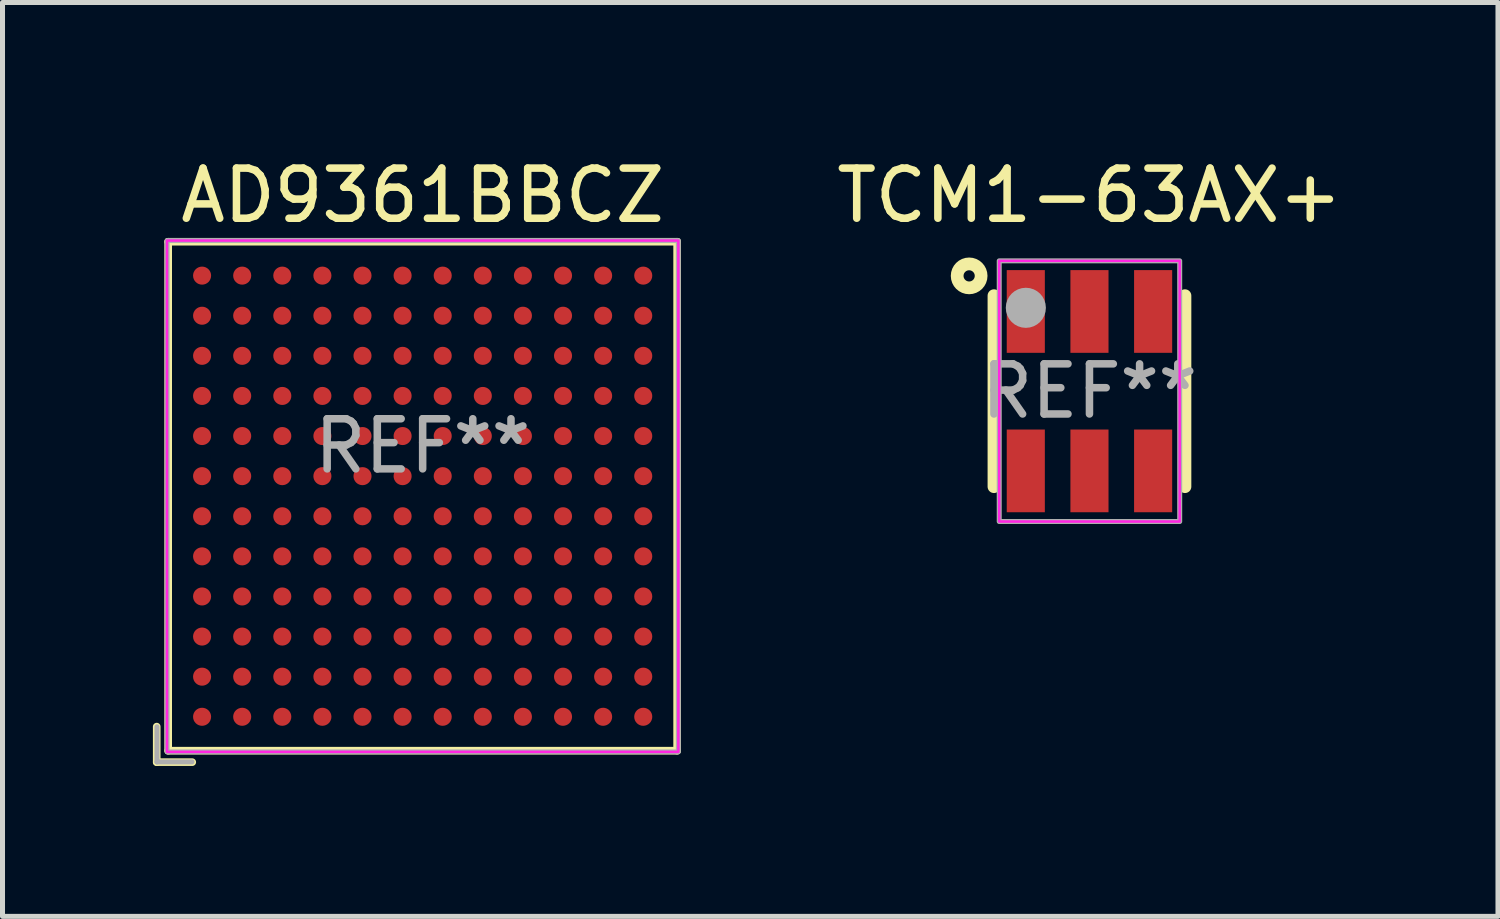
<source format=kicad_pcb>
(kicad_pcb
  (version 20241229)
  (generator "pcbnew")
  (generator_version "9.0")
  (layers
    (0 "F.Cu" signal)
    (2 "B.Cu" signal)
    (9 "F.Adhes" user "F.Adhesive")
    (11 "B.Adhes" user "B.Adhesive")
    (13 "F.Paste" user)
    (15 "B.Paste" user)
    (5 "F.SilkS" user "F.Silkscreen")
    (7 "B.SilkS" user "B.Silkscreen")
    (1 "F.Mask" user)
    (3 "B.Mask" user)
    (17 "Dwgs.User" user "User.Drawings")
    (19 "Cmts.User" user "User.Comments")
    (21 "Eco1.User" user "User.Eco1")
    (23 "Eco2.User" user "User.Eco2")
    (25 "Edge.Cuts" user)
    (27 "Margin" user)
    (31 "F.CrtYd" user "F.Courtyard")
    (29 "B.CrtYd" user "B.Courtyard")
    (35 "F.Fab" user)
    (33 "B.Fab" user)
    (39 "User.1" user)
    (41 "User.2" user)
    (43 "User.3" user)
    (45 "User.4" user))
  (footprint "AD9361BBCZ"
    (layer "F.Cu")
    (at 5.381 6.848)
    (property "Reference" "AD9361BBCZ" (at 0 -6 0) (layer "F.SilkS") (effects (font (size 1 1) (thickness 0.15))))
    (attr smd)
    (fp_line (start -5.305 4.596) (end -5.305 5.305) (stroke (width 0.152) (type solid)) (layer "F.SilkS"))
    (fp_line (start -5.305 5.305) (end -4.596 5.305) (stroke (width 0.152) (type solid)) (layer "F.SilkS"))
    (fp_line (start -5.076 -5.076) (end 5.076 -5.076) (stroke (width 0.152) (type solid)) (layer "F.SilkS"))
    (fp_line (start -5.076 5.076) (end -5.076 -5.076) (stroke (width 0.152) (type solid)) (layer "F.SilkS"))
    (fp_line (start 5.076 -5.076) (end 5.076 5.076) (stroke (width 0.152) (type solid)) (layer "F.SilkS"))
    (fp_line (start 5.076 5.076) (end -5.076 5.076) (stroke (width 0.152) (type solid)) (layer "F.SilkS"))
    (fp_rect (start -5.1 -5.1) (end 5.1 5.1) (stroke (width 0.05) (type default)) (fill no) (layer "F.CrtYd"))
    (fp_line (start -5.3 4.6) (end -5.3 5.3) (stroke (width 0.1) (type default)) (layer "F.Fab"))
    (fp_line (start -4.6 5.3) (end -5.3 5.3) (stroke (width 0.1) (type default)) (layer "F.Fab"))
    (fp_rect (start -5.098 -5.1) (end 5.1 5.1) (stroke (width 0.1) (type default)) (fill no) (layer "F.Fab"))
    (fp_text user "REF**" (at 0 -1 0) (layer "F.Fab") (effects (font (size 1 1) (thickness 0.15))))
    (pad "A1" smd circle (at -4.4 4.4) (size 0.36 0.36) (layers "F.Cu" "F.Mask" "F.Paste"))
    (pad "A2" smd circle (at -4.4 3.6) (size 0.36 0.36) (layers "F.Cu" "F.Mask" "F.Paste"))
    (pad "A3" smd circle (at -4.4 2.8) (size 0.36 0.36) (layers "F.Cu" "F.Mask" "F.Paste"))
    (pad "A4" smd circle (at -4.4 2) (size 0.36 0.36) (layers "F.Cu" "F.Mask" "F.Paste"))
    (pad "A5" smd circle (at -4.4 1.2) (size 0.36 0.36) (layers "F.Cu" "F.Mask" "F.Paste"))
    (pad "A6" smd circle (at -4.4 0.4) (size 0.36 0.36) (layers "F.Cu" "F.Mask" "F.Paste"))
    (pad "A7" smd circle (at -4.4 -0.4) (size 0.36 0.36) (layers "F.Cu" "F.Mask" "F.Paste"))
    (pad "A8" smd circle (at -4.4 -1.2) (size 0.36 0.36) (layers "F.Cu" "F.Mask" "F.Paste"))
    (pad "A9" smd circle (at -4.4 -2) (size 0.36 0.36) (layers "F.Cu" "F.Mask" "F.Paste"))
    (pad "A10" smd circle (at -4.4 -2.8) (size 0.36 0.36) (layers "F.Cu" "F.Mask" "F.Paste"))
    (pad "A11" smd circle (at -4.4 -3.6) (size 0.36 0.36) (layers "F.Cu" "F.Mask" "F.Paste"))
    (pad "A12" smd circle (at -4.4 -4.4) (size 0.36 0.36) (layers "F.Cu" "F.Mask" "F.Paste"))
    (pad "B1" smd circle (at -3.6 4.4) (size 0.36 0.36) (layers "F.Cu" "F.Mask" "F.Paste"))
    (pad "B2" smd circle (at -3.6 3.6) (size 0.36 0.36) (layers "F.Cu" "F.Mask" "F.Paste"))
    (pad "B3" smd circle (at -3.6 2.8) (size 0.36 0.36) (layers "F.Cu" "F.Mask" "F.Paste"))
    (pad "B4" smd circle (at -3.6 2) (size 0.36 0.36) (layers "F.Cu" "F.Mask" "F.Paste"))
    (pad "B5" smd circle (at -3.6 1.2) (size 0.36 0.36) (layers "F.Cu" "F.Mask" "F.Paste"))
    (pad "B6" smd circle (at -3.6 0.4) (size 0.36 0.36) (layers "F.Cu" "F.Mask" "F.Paste"))
    (pad "B7" smd circle (at -3.6 -0.4) (size 0.36 0.36) (layers "F.Cu" "F.Mask" "F.Paste"))
    (pad "B8" smd circle (at -3.6 -1.2) (size 0.36 0.36) (layers "F.Cu" "F.Mask" "F.Paste"))
    (pad "B9" smd circle (at -3.6 -2) (size 0.36 0.36) (layers "F.Cu" "F.Mask" "F.Paste"))
    (pad "B10" smd circle (at -3.6 -2.8) (size 0.36 0.36) (layers "F.Cu" "F.Mask" "F.Paste"))
    (pad "B11" smd circle (at -3.6 -3.6) (size 0.36 0.36) (layers "F.Cu" "F.Mask" "F.Paste"))
    (pad "B12" smd circle (at -3.6 -4.4) (size 0.36 0.36) (layers "F.Cu" "F.Mask" "F.Paste"))
    (pad "C1" smd circle (at -2.8 4.4) (size 0.36 0.36) (layers "F.Cu" "F.Mask" "F.Paste"))
    (pad "C2" smd circle (at -2.8 3.6) (size 0.36 0.36) (layers "F.Cu" "F.Mask" "F.Paste"))
    (pad "C3" smd circle (at -2.8 2.8) (size 0.36 0.36) (layers "F.Cu" "F.Mask" "F.Paste"))
    (pad "C4" smd circle (at -2.8 2) (size 0.36 0.36) (layers "F.Cu" "F.Mask" "F.Paste"))
    (pad "C5" smd circle (at -2.8 1.2) (size 0.36 0.36) (layers "F.Cu" "F.Mask" "F.Paste"))
    (pad "C6" smd circle (at -2.8 0.4) (size 0.36 0.36) (layers "F.Cu" "F.Mask" "F.Paste"))
    (pad "C7" smd circle (at -2.8 -0.4) (size 0.36 0.36) (layers "F.Cu" "F.Mask" "F.Paste"))
    (pad "C8" smd circle (at -2.8 -1.2) (size 0.36 0.36) (layers "F.Cu" "F.Mask" "F.Paste"))
    (pad "C9" smd circle (at -2.8 -2) (size 0.36 0.36) (layers "F.Cu" "F.Mask" "F.Paste"))
    (pad "C10" smd circle (at -2.8 -2.8) (size 0.36 0.36) (layers "F.Cu" "F.Mask" "F.Paste"))
    (pad "C11" smd circle (at -2.8 -3.6) (size 0.36 0.36) (layers "F.Cu" "F.Mask" "F.Paste"))
    (pad "C12" smd circle (at -2.8 -4.4) (size 0.36 0.36) (layers "F.Cu" "F.Mask" "F.Paste"))
    (pad "D1" smd circle (at -2 4.4) (size 0.36 0.36) (layers "F.Cu" "F.Mask" "F.Paste"))
    (pad "D2" smd circle (at -2 3.6) (size 0.36 0.36) (layers "F.Cu" "F.Mask" "F.Paste"))
    (pad "D3" smd circle (at -2 2.8) (size 0.36 0.36) (layers "F.Cu" "F.Mask" "F.Paste"))
    (pad "D4" smd circle (at -2 2) (size 0.36 0.36) (layers "F.Cu" "F.Mask" "F.Paste"))
    (pad "D5" smd circle (at -2 1.2) (size 0.36 0.36) (layers "F.Cu" "F.Mask" "F.Paste"))
    (pad "D6" smd circle (at -2 0.4) (size 0.36 0.36) (layers "F.Cu" "F.Mask" "F.Paste"))
    (pad "D7" smd circle (at -2 -0.4) (size 0.36 0.36) (layers "F.Cu" "F.Mask" "F.Paste"))
    (pad "D8" smd circle (at -2 -1.2) (size 0.36 0.36) (layers "F.Cu" "F.Mask" "F.Paste"))
    (pad "D9" smd circle (at -2 -2) (size 0.36 0.36) (layers "F.Cu" "F.Mask" "F.Paste"))
    (pad "D10" smd circle (at -2 -2.8) (size 0.36 0.36) (layers "F.Cu" "F.Mask" "F.Paste"))
    (pad "D11" smd circle (at -2 -3.6) (size 0.36 0.36) (layers "F.Cu" "F.Mask" "F.Paste"))
    (pad "D12" smd circle (at -2 -4.4) (size 0.36 0.36) (layers "F.Cu" "F.Mask" "F.Paste"))
    (pad "E1" smd circle (at -1.2 4.4) (size 0.36 0.36) (layers "F.Cu" "F.Mask" "F.Paste"))
    (pad "E2" smd circle (at -1.2 3.6) (size 0.36 0.36) (layers "F.Cu" "F.Mask" "F.Paste"))
    (pad "E3" smd circle (at -1.2 2.8) (size 0.36 0.36) (layers "F.Cu" "F.Mask" "F.Paste"))
    (pad "E4" smd circle (at -1.2 2) (size 0.36 0.36) (layers "F.Cu" "F.Mask" "F.Paste"))
    (pad "E5" smd circle (at -1.2 1.2) (size 0.36 0.36) (layers "F.Cu" "F.Mask" "F.Paste"))
    (pad "E6" smd circle (at -1.2 0.4) (size 0.36 0.36) (layers "F.Cu" "F.Mask" "F.Paste"))
    (pad "E7" smd circle (at -1.2 -0.4) (size 0.36 0.36) (layers "F.Cu" "F.Mask" "F.Paste"))
    (pad "E8" smd circle (at -1.2 -1.2) (size 0.36 0.36) (layers "F.Cu" "F.Mask" "F.Paste"))
    (pad "E9" smd circle (at -1.2 -2) (size 0.36 0.36) (layers "F.Cu" "F.Mask" "F.Paste"))
    (pad "E10" smd circle (at -1.2 -2.8) (size 0.36 0.36) (layers "F.Cu" "F.Mask" "F.Paste"))
    (pad "E11" smd circle (at -1.2 -3.6) (size 0.36 0.36) (layers "F.Cu" "F.Mask" "F.Paste"))
    (pad "E12" smd circle (at -1.2 -4.4) (size 0.36 0.36) (layers "F.Cu" "F.Mask" "F.Paste"))
    (pad "F1" smd circle (at -0.4 4.4) (size 0.36 0.36) (layers "F.Cu" "F.Mask" "F.Paste"))
    (pad "F2" smd circle (at -0.4 3.6) (size 0.36 0.36) (layers "F.Cu" "F.Mask" "F.Paste"))
    (pad "F3" smd circle (at -0.4 2.8) (size 0.36 0.36) (layers "F.Cu" "F.Mask" "F.Paste"))
    (pad "F4" smd circle (at -0.4 2) (size 0.36 0.36) (layers "F.Cu" "F.Mask" "F.Paste"))
    (pad "F5" smd circle (at -0.4 1.2) (size 0.36 0.36) (layers "F.Cu" "F.Mask" "F.Paste"))
    (pad "F6" smd circle (at -0.4 0.4) (size 0.36 0.36) (layers "F.Cu" "F.Mask" "F.Paste"))
    (pad "F7" smd circle (at -0.4 -0.4) (size 0.36 0.36) (layers "F.Cu" "F.Mask" "F.Paste"))
    (pad "F8" smd circle (at -0.4 -1.2) (size 0.36 0.36) (layers "F.Cu" "F.Mask" "F.Paste"))
    (pad "F9" smd circle (at -0.4 -2) (size 0.36 0.36) (layers "F.Cu" "F.Mask" "F.Paste"))
    (pad "F10" smd circle (at -0.4 -2.8) (size 0.36 0.36) (layers "F.Cu" "F.Mask" "F.Paste"))
    (pad "F11" smd circle (at -0.4 -3.6) (size 0.36 0.36) (layers "F.Cu" "F.Mask" "F.Paste"))
    (pad "F12" smd circle (at -0.4 -4.4) (size 0.36 0.36) (layers "F.Cu" "F.Mask" "F.Paste"))
    (pad "G1" smd circle (at 0.4 4.4) (size 0.36 0.36) (layers "F.Cu" "F.Mask" "F.Paste"))
    (pad "G2" smd circle (at 0.4 3.6) (size 0.36 0.36) (layers "F.Cu" "F.Mask" "F.Paste"))
    (pad "G3" smd circle (at 0.4 2.8) (size 0.36 0.36) (layers "F.Cu" "F.Mask" "F.Paste"))
    (pad "G4" smd circle (at 0.4 2) (size 0.36 0.36) (layers "F.Cu" "F.Mask" "F.Paste"))
    (pad "G5" smd circle (at 0.4 1.2) (size 0.36 0.36) (layers "F.Cu" "F.Mask" "F.Paste"))
    (pad "G6" smd circle (at 0.4 0.4) (size 0.36 0.36) (layers "F.Cu" "F.Mask" "F.Paste"))
    (pad "G7" smd circle (at 0.4 -0.4) (size 0.36 0.36) (layers "F.Cu" "F.Mask" "F.Paste"))
    (pad "G8" smd circle (at 0.4 -1.2) (size 0.36 0.36) (layers "F.Cu" "F.Mask" "F.Paste"))
    (pad "G9" smd circle (at 0.4 -2) (size 0.36 0.36) (layers "F.Cu" "F.Mask" "F.Paste"))
    (pad "G10" smd circle (at 0.4 -2.8) (size 0.36 0.36) (layers "F.Cu" "F.Mask" "F.Paste"))
    (pad "G11" smd circle (at 0.4 -3.6) (size 0.36 0.36) (layers "F.Cu" "F.Mask" "F.Paste"))
    (pad "G12" smd circle (at 0.4 -4.4) (size 0.36 0.36) (layers "F.Cu" "F.Mask" "F.Paste"))
    (pad "H1" smd circle (at 1.2 4.4) (size 0.36 0.36) (layers "F.Cu" "F.Mask" "F.Paste"))
    (pad "H2" smd circle (at 1.2 3.6) (size 0.36 0.36) (layers "F.Cu" "F.Mask" "F.Paste"))
    (pad "H3" smd circle (at 1.2 2.8) (size 0.36 0.36) (layers "F.Cu" "F.Mask" "F.Paste"))
    (pad "H4" smd circle (at 1.2 2) (size 0.36 0.36) (layers "F.Cu" "F.Mask" "F.Paste"))
    (pad "H5" smd circle (at 1.2 1.2) (size 0.36 0.36) (layers "F.Cu" "F.Mask" "F.Paste"))
    (pad "H6" smd circle (at 1.2 0.4) (size 0.36 0.36) (layers "F.Cu" "F.Mask" "F.Paste"))
    (pad "H7" smd circle (at 1.2 -0.4) (size 0.36 0.36) (layers "F.Cu" "F.Mask" "F.Paste"))
    (pad "H8" smd circle (at 1.2 -1.2) (size 0.36 0.36) (layers "F.Cu" "F.Mask" "F.Paste"))
    (pad "H9" smd circle (at 1.2 -2) (size 0.36 0.36) (layers "F.Cu" "F.Mask" "F.Paste"))
    (pad "H10" smd circle (at 1.2 -2.8) (size 0.36 0.36) (layers "F.Cu" "F.Mask" "F.Paste"))
    (pad "H11" smd circle (at 1.2 -3.6) (size 0.36 0.36) (layers "F.Cu" "F.Mask" "F.Paste"))
    (pad "H12" smd circle (at 1.2 -4.4) (size 0.36 0.36) (layers "F.Cu" "F.Mask" "F.Paste"))
    (pad "J1" smd circle (at 2 4.4) (size 0.36 0.36) (layers "F.Cu" "F.Mask" "F.Paste"))
    (pad "J2" smd circle (at 2 3.6) (size 0.36 0.36) (layers "F.Cu" "F.Mask" "F.Paste"))
    (pad "J3" smd circle (at 2 2.8) (size 0.36 0.36) (layers "F.Cu" "F.Mask" "F.Paste"))
    (pad "J4" smd circle (at 2 2) (size 0.36 0.36) (layers "F.Cu" "F.Mask" "F.Paste"))
    (pad "J5" smd circle (at 2 1.2) (size 0.36 0.36) (layers "F.Cu" "F.Mask" "F.Paste"))
    (pad "J6" smd circle (at 2 0.4) (size 0.36 0.36) (layers "F.Cu" "F.Mask" "F.Paste"))
    (pad "J7" smd circle (at 2 -0.4) (size 0.36 0.36) (layers "F.Cu" "F.Mask" "F.Paste"))
    (pad "J8" smd circle (at 2 -1.2) (size 0.36 0.36) (layers "F.Cu" "F.Mask" "F.Paste"))
    (pad "J9" smd circle (at 2 -2) (size 0.36 0.36) (layers "F.Cu" "F.Mask" "F.Paste"))
    (pad "J10" smd circle (at 2 -2.8) (size 0.36 0.36) (layers "F.Cu" "F.Mask" "F.Paste"))
    (pad "J11" smd circle (at 2 -3.6) (size 0.36 0.36) (layers "F.Cu" "F.Mask" "F.Paste"))
    (pad "J12" smd circle (at 2 -4.4) (size 0.36 0.36) (layers "F.Cu" "F.Mask" "F.Paste"))
    (pad "K1" smd circle (at 2.8 4.4) (size 0.36 0.36) (layers "F.Cu" "F.Mask" "F.Paste"))
    (pad "K2" smd circle (at 2.8 3.6) (size 0.36 0.36) (layers "F.Cu" "F.Mask" "F.Paste"))
    (pad "K3" smd circle (at 2.8 2.8) (size 0.36 0.36) (layers "F.Cu" "F.Mask" "F.Paste"))
    (pad "K4" smd circle (at 2.8 2) (size 0.36 0.36) (layers "F.Cu" "F.Mask" "F.Paste"))
    (pad "K5" smd circle (at 2.8 1.2) (size 0.36 0.36) (layers "F.Cu" "F.Mask" "F.Paste"))
    (pad "K6" smd circle (at 2.8 0.4) (size 0.36 0.36) (layers "F.Cu" "F.Mask" "F.Paste"))
    (pad "K7" smd circle (at 2.8 -0.4) (size 0.36 0.36) (layers "F.Cu" "F.Mask" "F.Paste"))
    (pad "K8" smd circle (at 2.8 -1.2) (size 0.36 0.36) (layers "F.Cu" "F.Mask" "F.Paste"))
    (pad "K9" smd circle (at 2.8 -2) (size 0.36 0.36) (layers "F.Cu" "F.Mask" "F.Paste"))
    (pad "K10" smd circle (at 2.8 -2.8) (size 0.36 0.36) (layers "F.Cu" "F.Mask" "F.Paste"))
    (pad "K11" smd circle (at 2.8 -3.6) (size 0.36 0.36) (layers "F.Cu" "F.Mask" "F.Paste"))
    (pad "K12" smd circle (at 2.8 -4.4) (size 0.36 0.36) (layers "F.Cu" "F.Mask" "F.Paste"))
    (pad "L1" smd circle (at 3.6 4.4) (size 0.36 0.36) (layers "F.Cu" "F.Mask" "F.Paste"))
    (pad "L2" smd circle (at 3.6 3.6) (size 0.36 0.36) (layers "F.Cu" "F.Mask" "F.Paste"))
    (pad "L3" smd circle (at 3.6 2.8) (size 0.36 0.36) (layers "F.Cu" "F.Mask" "F.Paste"))
    (pad "L4" smd circle (at 3.6 2) (size 0.36 0.36) (layers "F.Cu" "F.Mask" "F.Paste"))
    (pad "L5" smd circle (at 3.6 1.2) (size 0.36 0.36) (layers "F.Cu" "F.Mask" "F.Paste"))
    (pad "L6" smd circle (at 3.6 0.4) (size 0.36 0.36) (layers "F.Cu" "F.Mask" "F.Paste"))
    (pad "L7" smd circle (at 3.6 -0.4) (size 0.36 0.36) (layers "F.Cu" "F.Mask" "F.Paste"))
    (pad "L8" smd circle (at 3.6 -1.2) (size 0.36 0.36) (layers "F.Cu" "F.Mask" "F.Paste"))
    (pad "L9" smd circle (at 3.6 -2) (size 0.36 0.36) (layers "F.Cu" "F.Mask" "F.Paste"))
    (pad "L10" smd circle (at 3.6 -2.8) (size 0.36 0.36) (layers "F.Cu" "F.Mask" "F.Paste"))
    (pad "L11" smd circle (at 3.6 -3.6) (size 0.36 0.36) (layers "F.Cu" "F.Mask" "F.Paste"))
    (pad "L12" smd circle (at 3.6 -4.4) (size 0.36 0.36) (layers "F.Cu" "F.Mask" "F.Paste"))
    (pad "M1" smd circle (at 4.4 4.4) (size 0.36 0.36) (layers "F.Cu" "F.Mask" "F.Paste"))
    (pad "M2" smd circle (at 4.4 3.6) (size 0.36 0.36) (layers "F.Cu" "F.Mask" "F.Paste"))
    (pad "M3" smd circle (at 4.4 2.8) (size 0.36 0.36) (layers "F.Cu" "F.Mask" "F.Paste"))
    (pad "M4" smd circle (at 4.4 2) (size 0.36 0.36) (layers "F.Cu" "F.Mask" "F.Paste"))
    (pad "M5" smd circle (at 4.4 1.2) (size 0.36 0.36) (layers "F.Cu" "F.Mask" "F.Paste"))
    (pad "M6" smd circle (at 4.4 0.4) (size 0.36 0.36) (layers "F.Cu" "F.Mask" "F.Paste"))
    (pad "M7" smd circle (at 4.4 -0.4) (size 0.36 0.36) (layers "F.Cu" "F.Mask" "F.Paste"))
    (pad "M8" smd circle (at 4.4 -1.2) (size 0.36 0.36) (layers "F.Cu" "F.Mask" "F.Paste"))
    (pad "M9" smd circle (at 4.4 -2) (size 0.36 0.36) (layers "F.Cu" "F.Mask" "F.Paste"))
    (pad "M10" smd circle (at 4.4 -2.8) (size 0.36 0.36) (layers "F.Cu" "F.Mask" "F.Paste"))
    (pad "M11" smd circle (at 4.4 -3.6) (size 0.36 0.36) (layers "F.Cu" "F.Mask" "F.Paste"))
    (pad "M12" smd circle (at 4.4 -4.4) (size 0.36 0.36) (layers "F.Cu" "F.Mask" "F.Paste")))
  (footprint "TCM1-63AX+"
    (layer "F.Cu")
    (at 18.682 4.753)
    (property "Reference" "TCM1-63AX+" (at 0 -3.905 0) (layer "F.SilkS") (effects (font (size 1 1) (thickness 0.15))))
    (attr smd)
    (fp_line (start -1.905 1.905) (end -1.905 -1.905) (stroke (width 0.254) (type solid)) (layer "F.SilkS"))
    (fp_line (start 1.905 -1.905) (end 1.905 1.905) (stroke (width 0.254) (type solid)) (layer "F.SilkS"))
    (fp_circle (center -2.4 -2.3) (end -2.288 -2.3) (stroke (width 0.254) (type solid)) (fill no) (layer "F.SilkS"))
    (fp_rect (start -1.8 -2.6) (end 1.8 2.6) (stroke (width 0.05) (type default)) (fill no) (layer "F.CrtYd"))
    (fp_rect (start -1.8 -2.6) (end 1.8 2.6) (stroke (width 0.1) (type default)) (fill no) (layer "F.Fab"))
    (fp_circle (center -1.269 -1.663) (end -1.069 -1.663) (stroke (width 0.4) (type solid)) (fill no) (layer "F.Fab"))
    (fp_text user "REF**" (at 0 0 0) (layer "F.Fab") (effects (font (size 1 1) (thickness 0.15))))
    (pad "1" smd rect (at -1.27 -1.59) (size 0.76 1.65) (layers "F.Cu" "F.Mask" "F.Paste"))
    (pad "2" smd rect (at 0 -1.59) (size 0.76 1.65) (layers "F.Cu" "F.Mask" "F.Paste"))
    (pad "3" smd rect (at 1.27 -1.59) (size 0.76 1.65) (layers "F.Cu" "F.Mask" "F.Paste"))
    (pad "4" smd rect (at 1.27 1.59) (size 0.76 1.65) (layers "F.Cu" "F.Mask" "F.Paste"))
    (pad "5" smd rect (at 0 1.59) (size 0.76 1.65) (layers "F.Cu" "F.Mask" "F.Paste"))
    (pad "6" smd rect (at -1.27 1.59) (size 0.76 1.65) (layers "F.Cu" "F.Mask" "F.Paste")))
  (gr_rect
    (start -3 -3)
    (end 26.831 15.229)
    (stroke (width 0.1) (type default))
    (fill no)
    (layer "Edge.Cuts")))
</source>
